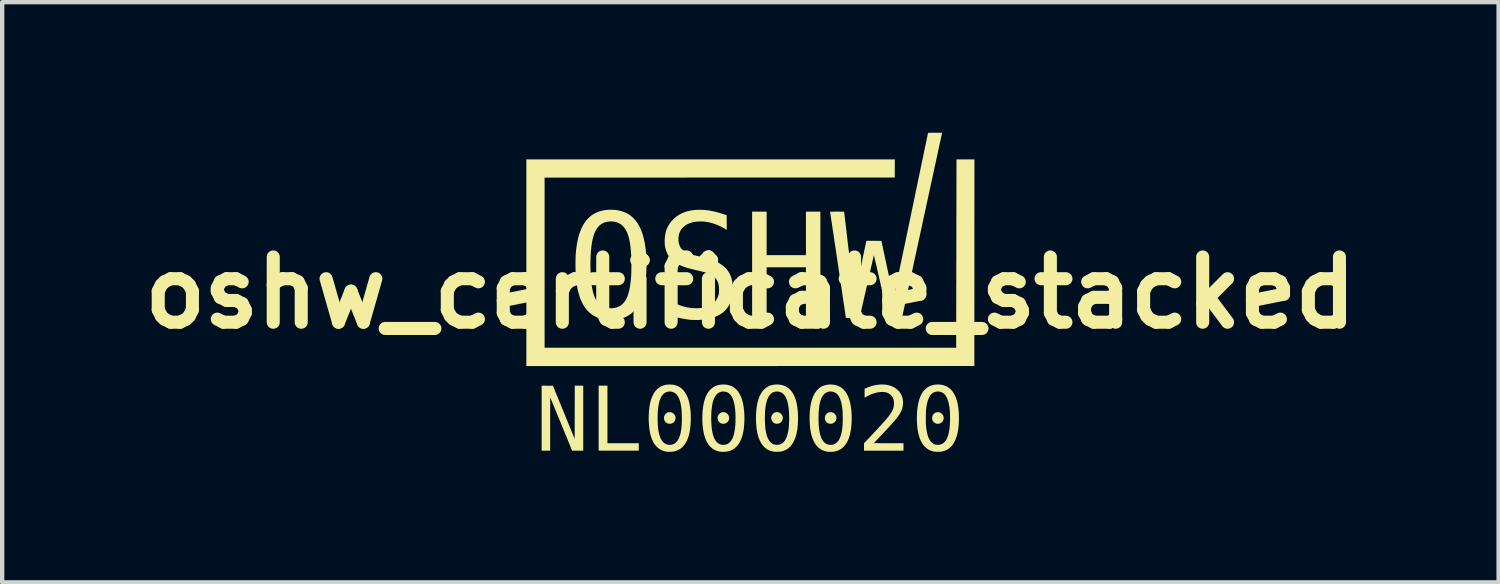
<source format=kicad_pcb>
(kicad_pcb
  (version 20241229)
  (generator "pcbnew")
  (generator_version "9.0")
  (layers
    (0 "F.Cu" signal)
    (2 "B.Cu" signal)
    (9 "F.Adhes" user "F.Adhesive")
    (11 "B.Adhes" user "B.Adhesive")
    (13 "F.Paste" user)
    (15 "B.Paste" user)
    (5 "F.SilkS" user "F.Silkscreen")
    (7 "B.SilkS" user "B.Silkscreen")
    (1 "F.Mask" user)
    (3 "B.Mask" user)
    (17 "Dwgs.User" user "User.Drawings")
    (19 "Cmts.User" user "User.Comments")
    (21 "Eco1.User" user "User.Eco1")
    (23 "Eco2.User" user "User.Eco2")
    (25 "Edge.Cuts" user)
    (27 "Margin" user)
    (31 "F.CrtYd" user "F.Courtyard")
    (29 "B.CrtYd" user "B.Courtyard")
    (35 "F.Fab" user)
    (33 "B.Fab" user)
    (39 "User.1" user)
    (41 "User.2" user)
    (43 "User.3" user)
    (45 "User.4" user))
  (footprint "oshw_certificate_stacked"
    (layer "F.Cu")
    (at 14.193 3.676)
    (property "Reference" "oshw_certificate_stacked" (at 0 0 0) (layer "F.SilkS") (effects (font (size 1.5 1.5) (thickness 0.3))))
    (attr board_only exclude_from_pos_files exclude_from_bom)
    (fp_poly (pts (xy -3.285 2.797) (xy -3.285 3.459) (xy -2.925 3.459) (xy -2.565 3.459) (xy -2.565 3.544) (xy -2.565 3.629) (xy -3.026 3.629) (xy -3.487 3.629) (xy -3.487 2.883) (xy -3.487 2.136) (xy -3.386 2.136) (xy -3.285 2.136)) (stroke (width 0) (type solid)) (fill yes) (layer "F.SilkS"))
    (fp_poly (pts (xy 0.373 -1.363) (xy 0.373 -0.863) (xy 0.824 -0.863) (xy 1.276 -0.863) (xy 1.276 -1.363) (xy 1.276 -1.863) (xy 1.442 -1.863) (xy 1.608 -1.863) (xy 1.608 -0.641) (xy 1.608 0.581) (xy 1.442 0.581) (xy 1.276 0.581) (xy 1.276 -0.002) (xy 1.276 -0.584) (xy 0.824 -0.584) (xy 0.373 -0.584) (xy 0.373 -0.002) (xy 0.373 0.581) (xy 0.206 0.581) (xy 0.04 0.581) (xy 0.04 -0.641) (xy 0.04 -1.863) (xy 0.206 -1.863) (xy 0.373 -1.863)) (stroke (width 0) (type solid)) (fill yes) (layer "F.SilkS"))
    (fp_poly (pts (xy 4.326 2.746) (xy 4.348 2.75) (xy 4.369 2.76) (xy 4.38 2.767) (xy 4.403 2.785) (xy 4.42 2.806) (xy 4.432 2.829) (xy 4.439 2.853) (xy 4.442 2.878) (xy 4.439 2.904) (xy 4.432 2.928) (xy 4.42 2.951) (xy 4.404 2.971) (xy 4.383 2.989) (xy 4.363 3) (xy 4.351 3.005) (xy 4.341 3.008) (xy 4.33 3.01) (xy 4.315 3.011) (xy 4.314 3.011) (xy 4.299 3.011) (xy 4.284 3.01) (xy 4.272 3.008) (xy 4.27 3.007) (xy 4.246 2.998) (xy 4.223 2.983) (xy 4.212 2.972) (xy 4.195 2.952) (xy 4.184 2.929) (xy 4.178 2.903) (xy 4.176 2.879) (xy 4.178 2.852) (xy 4.185 2.827) (xy 4.198 2.804) (xy 4.198 2.804) (xy 4.216 2.781) (xy 4.238 2.764) (xy 4.262 2.752) (xy 4.289 2.746) (xy 4.3 2.745)) (stroke (width 0) (type solid)) (fill yes) (layer "F.SilkS"))
    (fp_poly (pts (xy 3.318 -2.856) (xy 3.317 -2.647) (xy -0.706 -2.646) (xy -4.729 -2.645) (xy -4.729 -0.691) (xy -4.729 1.264) (xy -0.001 1.264) (xy 4.728 1.264) (xy 4.73 0.252) (xy 4.73 0.166) (xy 4.73 0.074) (xy 4.73 -0.022) (xy 4.73 -0.124) (xy 4.731 -0.229) (xy 4.731 -0.338) (xy 4.731 -0.449) (xy 4.731 -0.563) (xy 4.731 -0.679) (xy 4.732 -0.796) (xy 4.732 -0.913) (xy 4.732 -1.03) (xy 4.732 -1.147) (xy 4.733 -1.263) (xy 4.733 -1.377) (xy 4.733 -1.489) (xy 4.733 -1.598) (xy 4.733 -1.704) (xy 4.734 -1.806) (xy 4.734 -1.904) (xy 4.734 -1.912) (xy 4.736 -3.064) (xy 4.942 -3.064) (xy 5.148 -3.064) (xy 5.147 -0.69) (xy 5.146 1.684) (xy -0.001 1.685) (xy -5.148 1.686) (xy -5.148 -0.689) (xy -5.148 -3.064) (xy -0.914 -3.064) (xy 3.319 -3.064)) (stroke (width 0) (type solid)) (fill yes) (layer "F.SilkS"))
    (fp_poly (pts (xy -1.84 2.746) (xy -1.829 2.747) (xy -1.82 2.748) (xy -1.812 2.751) (xy -1.803 2.755) (xy -1.8 2.756) (xy -1.777 2.77) (xy -1.757 2.788) (xy -1.74 2.81) (xy -1.732 2.824) (xy -1.723 2.85) (xy -1.72 2.877) (xy -1.722 2.903) (xy -1.73 2.929) (xy -1.742 2.952) (xy -1.76 2.973) (xy -1.781 2.991) (xy -1.783 2.992) (xy -1.806 3.003) (xy -1.833 3.01) (xy -1.86 3.012) (xy -1.888 3.008) (xy -1.893 3.007) (xy -1.918 2.997) (xy -1.94 2.982) (xy -1.958 2.964) (xy -1.972 2.942) (xy -1.981 2.917) (xy -1.986 2.89) (xy -1.985 2.863) (xy -1.984 2.856) (xy -1.977 2.829) (xy -1.964 2.804) (xy -1.946 2.782) (xy -1.924 2.765) (xy -1.909 2.756) (xy -1.9 2.752) (xy -1.892 2.749) (xy -1.884 2.747) (xy -1.874 2.746) (xy -1.86 2.746) (xy -1.855 2.746)) (stroke (width 0) (type solid)) (fill yes) (layer "F.SilkS"))
    (fp_poly (pts (xy -0.607 2.746) (xy -0.596 2.747) (xy -0.587 2.748) (xy -0.579 2.751) (xy -0.57 2.755) (xy -0.567 2.756) (xy -0.542 2.771) (xy -0.522 2.79) (xy -0.506 2.812) (xy -0.495 2.837) (xy -0.489 2.864) (xy -0.488 2.891) (xy -0.492 2.913) (xy -0.502 2.939) (xy -0.517 2.962) (xy -0.537 2.981) (xy -0.56 2.997) (xy -0.582 3.006) (xy -0.597 3.01) (xy -0.616 3.011) (xy -0.636 3.011) (xy -0.655 3.008) (xy -0.661 3.007) (xy -0.685 2.997) (xy -0.707 2.983) (xy -0.725 2.964) (xy -0.739 2.942) (xy -0.749 2.918) (xy -0.754 2.892) (xy -0.754 2.865) (xy -0.75 2.845) (xy -0.74 2.819) (xy -0.725 2.795) (xy -0.705 2.775) (xy -0.682 2.759) (xy -0.677 2.756) (xy -0.668 2.752) (xy -0.66 2.749) (xy -0.652 2.747) (xy -0.642 2.746) (xy -0.628 2.746) (xy -0.623 2.746)) (stroke (width 0) (type solid)) (fill yes) (layer "F.SilkS"))
    (fp_poly (pts (xy 0.626 2.746) (xy 0.637 2.747) (xy 0.645 2.748) (xy 0.653 2.751) (xy 0.662 2.755) (xy 0.664 2.756) (xy 0.688 2.77) (xy 0.709 2.789) (xy 0.726 2.811) (xy 0.738 2.835) (xy 0.741 2.844) (xy 0.745 2.872) (xy 0.743 2.899) (xy 0.736 2.925) (xy 0.725 2.948) (xy 0.708 2.97) (xy 0.688 2.987) (xy 0.664 3.001) (xy 0.648 3.007) (xy 0.631 3.01) (xy 0.61 3.011) (xy 0.59 3.01) (xy 0.572 3.007) (xy 0.547 2.997) (xy 0.526 2.983) (xy 0.508 2.964) (xy 0.494 2.943) (xy 0.484 2.919) (xy 0.479 2.893) (xy 0.479 2.867) (xy 0.484 2.841) (xy 0.491 2.822) (xy 0.506 2.797) (xy 0.526 2.776) (xy 0.55 2.759) (xy 0.555 2.756) (xy 0.565 2.752) (xy 0.573 2.749) (xy 0.581 2.747) (xy 0.591 2.746) (xy 0.605 2.746) (xy 0.61 2.746)) (stroke (width 0) (type solid)) (fill yes) (layer "F.SilkS"))
    (fp_poly (pts (xy 1.863 2.746) (xy 1.888 2.752) (xy 1.911 2.763) (xy 1.932 2.78) (xy 1.937 2.784) (xy 1.956 2.807) (xy 1.969 2.832) (xy 1.976 2.859) (xy 1.977 2.886) (xy 1.975 2.901) (xy 1.967 2.928) (xy 1.954 2.953) (xy 1.936 2.974) (xy 1.913 2.991) (xy 1.901 2.998) (xy 1.889 3.004) (xy 1.879 3.008) (xy 1.869 3.009) (xy 1.856 3.01) (xy 1.849 3.011) (xy 1.834 3.011) (xy 1.819 3.01) (xy 1.807 3.008) (xy 1.805 3.007) (xy 1.78 2.998) (xy 1.759 2.984) (xy 1.741 2.966) (xy 1.727 2.945) (xy 1.717 2.922) (xy 1.712 2.896) (xy 1.711 2.87) (xy 1.715 2.844) (xy 1.725 2.818) (xy 1.728 2.812) (xy 1.741 2.793) (xy 1.758 2.776) (xy 1.777 2.762) (xy 1.788 2.756) (xy 1.801 2.75) (xy 1.813 2.747) (xy 1.827 2.746) (xy 1.834 2.745)) (stroke (width 0) (type solid)) (fill yes) (layer "F.SilkS"))
    (fp_poly (pts (xy -4.668 2.137) (xy -4.538 2.138) (xy -4.288 2.748) (xy -4.038 3.359) (xy -4.037 2.748) (xy -4.036 2.136) (xy -3.938 2.136) (xy -3.841 2.136) (xy -3.841 2.883) (xy -3.841 3.629) (xy -3.969 3.629) (xy -4.097 3.629) (xy -4.346 3.02) (xy -4.37 2.961) (xy -4.394 2.904) (xy -4.417 2.849) (xy -4.439 2.795) (xy -4.46 2.744) (xy -4.48 2.696) (xy -4.498 2.65) (xy -4.516 2.607) (xy -4.532 2.568) (xy -4.547 2.532) (xy -4.56 2.501) (xy -4.571 2.473) (xy -4.581 2.45) (xy -4.588 2.432) (xy -4.594 2.419) (xy -4.597 2.41) (xy -4.599 2.408) (xy -4.599 2.411) (xy -4.599 2.419) (xy -4.599 2.434) (xy -4.6 2.453) (xy -4.6 2.478) (xy -4.6 2.507) (xy -4.6 2.541) (xy -4.6 2.579) (xy -4.601 2.621) (xy -4.601 2.666) (xy -4.601 2.715) (xy -4.601 2.767) (xy -4.601 2.821) (xy -4.601 2.878) (xy -4.601 2.937) (xy -4.601 2.997) (xy -4.601 3.017) (xy -4.601 3.629) (xy -4.699 3.629) (xy -4.797 3.629) (xy -4.797 2.883) (xy -4.797 2.136)) (stroke (width 0) (type solid)) (fill yes) (layer "F.SilkS"))
    (fp_poly (pts (xy 3.084 2.111) (xy 3.128 2.117) (xy 3.162 2.122) (xy 3.212 2.136) (xy 3.26 2.154) (xy 3.305 2.176) (xy 3.346 2.203) (xy 3.383 2.233) (xy 3.416 2.267) (xy 3.444 2.304) (xy 3.468 2.344) (xy 3.482 2.377) (xy 3.497 2.424) (xy 3.505 2.473) (xy 3.508 2.524) (xy 3.505 2.574) (xy 3.497 2.625) (xy 3.483 2.676) (xy 3.463 2.725) (xy 3.447 2.757) (xy 3.439 2.772) (xy 3.43 2.787) (xy 3.42 2.803) (xy 3.409 2.819) (xy 3.398 2.836) (xy 3.385 2.853) (xy 3.37 2.872) (xy 3.354 2.892) (xy 3.336 2.914) (xy 3.316 2.938) (xy 3.294 2.963) (xy 3.27 2.991) (xy 3.243 3.021) (xy 3.213 3.054) (xy 3.18 3.09) (xy 3.144 3.129) (xy 3.105 3.171) (xy 3.062 3.217) (xy 3.016 3.266) (xy 2.965 3.32) (xy 2.911 3.377) (xy 2.885 3.404) (xy 2.835 3.457) (xy 3.176 3.458) (xy 3.518 3.459) (xy 3.518 3.544) (xy 3.518 3.629) (xy 3.064 3.629) (xy 2.611 3.629) (xy 2.611 3.544) (xy 2.611 3.459) (xy 2.716 3.348) (xy 2.768 3.293) (xy 2.816 3.242) (xy 2.859 3.195) (xy 2.9 3.152) (xy 2.936 3.113) (xy 2.97 3.076) (xy 3.001 3.043) (xy 3.028 3.013) (xy 3.053 2.985) (xy 3.076 2.96) (xy 3.096 2.937) (xy 3.115 2.916) (xy 3.131 2.896) (xy 3.146 2.878) (xy 3.16 2.861) (xy 3.173 2.845) (xy 3.184 2.83) (xy 3.195 2.815) (xy 3.205 2.801) (xy 3.215 2.786) (xy 3.22 2.779) (xy 3.245 2.739) (xy 3.265 2.702) (xy 3.28 2.667) (xy 3.29 2.632) (xy 3.297 2.596) (xy 3.3 2.559) (xy 3.3 2.531) (xy 3.296 2.49) (xy 3.289 2.453) (xy 3.277 2.421) (xy 3.261 2.391) (xy 3.24 2.364) (xy 3.224 2.348) (xy 3.195 2.325) (xy 3.162 2.306) (xy 3.125 2.292) (xy 3.085 2.284) (xy 3.043 2.28) (xy 3.012 2.28) (xy 2.947 2.287) (xy 2.884 2.299) (xy 2.821 2.318) (xy 2.795 2.327) (xy 2.768 2.338) (xy 2.74 2.351) (xy 2.711 2.365) (xy 2.684 2.378) (xy 2.661 2.391) (xy 2.651 2.396) (xy 2.625 2.412) (xy 2.624 2.311) (xy 2.624 2.286) (xy 2.624 2.264) (xy 2.624 2.244) (xy 2.625 2.228) (xy 2.625 2.216) (xy 2.625 2.209) (xy 2.626 2.207) (xy 2.631 2.204) (xy 2.64 2.199) (xy 2.654 2.194) (xy 2.671 2.187) (xy 2.689 2.179) (xy 2.709 2.172) (xy 2.729 2.164) (xy 2.749 2.158) (xy 2.757 2.155) (xy 2.807 2.139) (xy 2.853 2.128) (xy 2.899 2.119) (xy 2.947 2.113) (xy 2.996 2.109) (xy 3.039 2.109)) (stroke (width 0) (type solid)) (fill yes) (layer "F.SilkS"))
    (fp_poly (pts (xy 0.678 2.113) (xy 0.726 2.122) (xy 0.773 2.137) (xy 0.817 2.156) (xy 0.858 2.181) (xy 0.895 2.211) (xy 0.93 2.247) (xy 0.961 2.288) (xy 0.989 2.334) (xy 1.014 2.386) (xy 1.036 2.442) (xy 1.045 2.47) (xy 1.058 2.521) (xy 1.07 2.577) (xy 1.079 2.637) (xy 1.086 2.7) (xy 1.091 2.766) (xy 1.094 2.833) (xy 1.095 2.901) (xy 1.093 2.969) (xy 1.089 3.036) (xy 1.083 3.101) (xy 1.075 3.164) (xy 1.074 3.167) (xy 1.061 3.235) (xy 1.044 3.298) (xy 1.024 3.356) (xy 1 3.41) (xy 0.973 3.458) (xy 0.943 3.502) (xy 0.91 3.54) (xy 0.908 3.541) (xy 0.872 3.574) (xy 0.833 3.601) (xy 0.791 3.622) (xy 0.746 3.639) (xy 0.699 3.65) (xy 0.681 3.652) (xy 0.659 3.654) (xy 0.634 3.655) (xy 0.608 3.656) (xy 0.584 3.656) (xy 0.563 3.655) (xy 0.553 3.654) (xy 0.503 3.646) (xy 0.455 3.632) (xy 0.411 3.613) (xy 0.37 3.588) (xy 0.332 3.559) (xy 0.297 3.524) (xy 0.266 3.484) (xy 0.237 3.438) (xy 0.212 3.388) (xy 0.19 3.333) (xy 0.172 3.273) (xy 0.156 3.208) (xy 0.145 3.138) (xy 0.143 3.126) (xy 0.135 3.048) (xy 0.13 2.968) (xy 0.129 2.924) (xy 0.333 2.924) (xy 0.335 3.001) (xy 0.34 3.071) (xy 0.347 3.137) (xy 0.356 3.196) (xy 0.369 3.25) (xy 0.383 3.299) (xy 0.4 3.343) (xy 0.42 3.381) (xy 0.432 3.4) (xy 0.448 3.421) (xy 0.468 3.441) (xy 0.489 3.459) (xy 0.511 3.473) (xy 0.525 3.48) (xy 0.551 3.488) (xy 0.581 3.494) (xy 0.612 3.496) (xy 0.642 3.494) (xy 0.66 3.491) (xy 0.691 3.482) (xy 0.717 3.469) (xy 0.742 3.452) (xy 0.759 3.437) (xy 0.783 3.41) (xy 0.805 3.376) (xy 0.825 3.337) (xy 0.842 3.293) (xy 0.856 3.242) (xy 0.868 3.187) (xy 0.878 3.125) (xy 0.885 3.058) (xy 0.889 2.985) (xy 0.891 2.906) (xy 0.891 2.884) (xy 0.89 2.806) (xy 0.886 2.733) (xy 0.881 2.666) (xy 0.872 2.604) (xy 0.862 2.548) (xy 0.849 2.496) (xy 0.833 2.45) (xy 0.816 2.409) (xy 0.802 2.384) (xy 0.785 2.359) (xy 0.765 2.335) (xy 0.742 2.314) (xy 0.719 2.298) (xy 0.708 2.292) (xy 0.673 2.279) (xy 0.638 2.271) (xy 0.601 2.27) (xy 0.567 2.274) (xy 0.534 2.283) (xy 0.503 2.298) (xy 0.474 2.319) (xy 0.449 2.345) (xy 0.425 2.377) (xy 0.405 2.414) (xy 0.387 2.457) (xy 0.372 2.506) (xy 0.362 2.543) (xy 0.355 2.579) (xy 0.349 2.615) (xy 0.344 2.652) (xy 0.34 2.692) (xy 0.337 2.736) (xy 0.335 2.783) (xy 0.333 2.836) (xy 0.333 2.842) (xy 0.333 2.924) (xy 0.129 2.924) (xy 0.128 2.887) (xy 0.129 2.807) (xy 0.134 2.727) (xy 0.142 2.651) (xy 0.151 2.589) (xy 0.164 2.523) (xy 0.181 2.461) (xy 0.2 2.405) (xy 0.223 2.354) (xy 0.249 2.307) (xy 0.278 2.265) (xy 0.311 2.228) (xy 0.313 2.226) (xy 0.349 2.194) (xy 0.385 2.167) (xy 0.424 2.146) (xy 0.466 2.13) (xy 0.512 2.118) (xy 0.517 2.118) (xy 0.57 2.11) (xy 0.624 2.109)) (stroke (width 0) (type solid)) (fill yes) (layer "F.SilkS"))
    (fp_poly (pts (xy 4.339 2.11) (xy 4.387 2.115) (xy 4.393 2.116) (xy 4.443 2.127) (xy 4.489 2.144) (xy 4.532 2.166) (xy 4.571 2.194) (xy 4.608 2.226) (xy 4.641 2.264) (xy 4.671 2.307) (xy 4.698 2.355) (xy 4.721 2.409) (xy 4.741 2.467) (xy 4.758 2.531) (xy 4.771 2.599) (xy 4.781 2.673) (xy 4.788 2.751) (xy 4.791 2.835) (xy 4.791 2.923) (xy 4.79 2.957) (xy 4.786 3.038) (xy 4.779 3.114) (xy 4.768 3.185) (xy 4.754 3.25) (xy 4.737 3.311) (xy 4.717 3.367) (xy 4.693 3.419) (xy 4.666 3.466) (xy 4.636 3.508) (xy 4.634 3.51) (xy 4.601 3.546) (xy 4.564 3.578) (xy 4.524 3.604) (xy 4.48 3.626) (xy 4.434 3.641) (xy 4.397 3.65) (xy 4.379 3.652) (xy 4.356 3.654) (xy 4.331 3.655) (xy 4.306 3.656) (xy 4.281 3.656) (xy 4.26 3.655) (xy 4.25 3.654) (xy 4.2 3.646) (xy 4.152 3.632) (xy 4.108 3.613) (xy 4.067 3.588) (xy 4.029 3.559) (xy 3.994 3.524) (xy 3.963 3.484) (xy 3.934 3.438) (xy 3.909 3.388) (xy 3.887 3.332) (xy 3.869 3.272) (xy 3.853 3.206) (xy 3.841 3.135) (xy 3.833 3.059) (xy 3.827 2.978) (xy 3.825 2.893) (xy 3.825 2.887) (xy 4.031 2.887) (xy 4.031 2.92) (xy 4.031 2.95) (xy 4.031 2.978) (xy 4.032 3.002) (xy 4.033 3.018) (xy 4.039 3.089) (xy 4.047 3.154) (xy 4.058 3.213) (xy 4.071 3.267) (xy 4.086 3.315) (xy 4.105 3.357) (xy 4.125 3.393) (xy 4.148 3.424) (xy 4.174 3.45) (xy 4.202 3.47) (xy 4.222 3.48) (xy 4.252 3.489) (xy 4.284 3.495) (xy 4.318 3.496) (xy 4.351 3.492) (xy 4.365 3.489) (xy 4.397 3.478) (xy 4.426 3.462) (xy 4.453 3.441) (xy 4.477 3.415) (xy 4.499 3.384) (xy 4.518 3.348) (xy 4.535 3.306) (xy 4.549 3.26) (xy 4.561 3.208) (xy 4.571 3.15) (xy 4.579 3.087) (xy 4.584 3.018) (xy 4.587 2.944) (xy 4.588 2.931) (xy 4.588 2.851) (xy 4.586 2.776) (xy 4.582 2.706) (xy 4.575 2.641) (xy 4.565 2.581) (xy 4.553 2.526) (xy 4.539 2.476) (xy 4.522 2.431) (xy 4.503 2.392) (xy 4.482 2.358) (xy 4.458 2.33) (xy 4.449 2.322) (xy 4.422 2.301) (xy 4.391 2.286) (xy 4.358 2.275) (xy 4.323 2.27) (xy 4.288 2.271) (xy 4.265 2.274) (xy 4.233 2.283) (xy 4.203 2.296) (xy 4.176 2.315) (xy 4.151 2.338) (xy 4.129 2.366) (xy 4.109 2.4) (xy 4.091 2.439) (xy 4.076 2.483) (xy 4.062 2.533) (xy 4.051 2.588) (xy 4.042 2.649) (xy 4.036 2.696) (xy 4.035 2.713) (xy 4.034 2.735) (xy 4.033 2.761) (xy 4.032 2.79) (xy 4.031 2.822) (xy 4.031 2.854) (xy 4.031 2.887) (xy 3.825 2.887) (xy 3.825 2.884) (xy 3.827 2.8) (xy 3.831 2.72) (xy 3.839 2.645) (xy 3.851 2.575) (xy 3.865 2.509) (xy 3.882 2.448) (xy 3.903 2.392) (xy 3.926 2.341) (xy 3.941 2.314) (xy 3.968 2.274) (xy 3.999 2.238) (xy 4.032 2.205) (xy 4.067 2.177) (xy 4.104 2.155) (xy 4.109 2.152) (xy 4.15 2.135) (xy 4.195 2.122) (xy 4.242 2.113) (xy 4.29 2.109)) (stroke (width 0) (type solid)) (fill yes) (layer "F.SilkS"))
    (fp_poly (pts (xy -0.555 2.113) (xy -0.507 2.122) (xy -0.461 2.136) (xy -0.418 2.154) (xy -0.4 2.164) (xy -0.362 2.19) (xy -0.326 2.222) (xy -0.294 2.258) (xy -0.264 2.3) (xy -0.237 2.346) (xy -0.213 2.398) (xy -0.193 2.453) (xy -0.176 2.514) (xy -0.175 2.516) (xy -0.163 2.577) (xy -0.152 2.643) (xy -0.145 2.711) (xy -0.14 2.783) (xy -0.137 2.855) (xy -0.138 2.928) (xy -0.141 3) (xy -0.146 3.07) (xy -0.154 3.138) (xy -0.165 3.202) (xy -0.177 3.257) (xy -0.195 3.319) (xy -0.216 3.375) (xy -0.241 3.427) (xy -0.268 3.473) (xy -0.3 3.515) (xy -0.334 3.551) (xy -0.371 3.582) (xy -0.412 3.608) (xy -0.455 3.628) (xy -0.502 3.643) (xy -0.532 3.65) (xy -0.551 3.652) (xy -0.573 3.654) (xy -0.598 3.655) (xy -0.624 3.656) (xy -0.648 3.656) (xy -0.669 3.655) (xy -0.678 3.654) (xy -0.729 3.646) (xy -0.777 3.632) (xy -0.822 3.612) (xy -0.863 3.588) (xy -0.901 3.558) (xy -0.936 3.523) (xy -0.968 3.482) (xy -0.996 3.437) (xy -1.021 3.386) (xy -1.043 3.33) (xy -1.062 3.268) (xy -1.065 3.257) (xy -1.077 3.2) (xy -1.087 3.139) (xy -1.095 3.073) (xy -1.101 3.006) (xy -1.104 2.936) (xy -1.104 2.884) (xy -0.9 2.884) (xy -0.899 2.964) (xy -0.895 3.038) (xy -0.889 3.107) (xy -0.88 3.17) (xy -0.869 3.227) (xy -0.856 3.279) (xy -0.839 3.325) (xy -0.821 3.366) (xy -0.799 3.401) (xy -0.775 3.43) (xy -0.77 3.436) (xy -0.742 3.459) (xy -0.711 3.477) (xy -0.677 3.49) (xy -0.66 3.494) (xy -0.649 3.495) (xy -0.635 3.496) (xy -0.618 3.495) (xy -0.601 3.495) (xy -0.585 3.493) (xy -0.573 3.491) (xy -0.573 3.491) (xy -0.552 3.486) (xy -0.535 3.479) (xy -0.518 3.471) (xy -0.506 3.463) (xy -0.479 3.443) (xy -0.455 3.417) (xy -0.433 3.386) (xy -0.413 3.35) (xy -0.396 3.308) (xy -0.381 3.261) (xy -0.369 3.209) (xy -0.358 3.15) (xy -0.35 3.087) (xy -0.349 3.077) (xy -0.348 3.061) (xy -0.347 3.041) (xy -0.345 3.017) (xy -0.344 2.99) (xy -0.343 2.962) (xy -0.343 2.935) (xy -0.343 2.926) (xy -0.342 2.843) (xy -0.344 2.766) (xy -0.349 2.695) (xy -0.357 2.629) (xy -0.366 2.569) (xy -0.379 2.514) (xy -0.394 2.465) (xy -0.411 2.421) (xy -0.431 2.383) (xy -0.454 2.351) (xy -0.479 2.324) (xy -0.507 2.302) (xy -0.537 2.286) (xy -0.57 2.276) (xy -0.575 2.274) (xy -0.612 2.27) (xy -0.648 2.271) (xy -0.682 2.278) (xy -0.715 2.291) (xy -0.745 2.309) (xy -0.765 2.326) (xy -0.789 2.352) (xy -0.811 2.384) (xy -0.831 2.421) (xy -0.848 2.464) (xy -0.863 2.512) (xy -0.875 2.566) (xy -0.885 2.625) (xy -0.892 2.689) (xy -0.897 2.759) (xy -0.9 2.835) (xy -0.9 2.884) (xy -1.104 2.884) (xy -1.104 2.866) (xy -1.103 2.796) (xy -1.099 2.727) (xy -1.092 2.661) (xy -1.083 2.597) (xy -1.072 2.539) (xy -1.068 2.52) (xy -1.051 2.461) (xy -1.033 2.407) (xy -1.012 2.358) (xy -0.988 2.314) (xy -0.961 2.274) (xy -0.931 2.238) (xy -0.919 2.226) (xy -0.883 2.193) (xy -0.845 2.166) (xy -0.805 2.145) (xy -0.762 2.129) (xy -0.715 2.117) (xy -0.708 2.116) (xy -0.657 2.11) (xy -0.606 2.109)) (stroke (width 0) (type solid)) (fill yes) (layer "F.SilkS"))
    (fp_poly (pts (xy -1.821 2.111) (xy -1.792 2.113) (xy -1.765 2.116) (xy -1.74 2.122) (xy -1.714 2.129) (xy -1.669 2.145) (xy -1.627 2.168) (xy -1.588 2.195) (xy -1.552 2.228) (xy -1.52 2.266) (xy -1.49 2.31) (xy -1.463 2.358) (xy -1.44 2.412) (xy -1.42 2.47) (xy -1.404 2.534) (xy -1.391 2.597) (xy -1.382 2.662) (xy -1.375 2.73) (xy -1.371 2.801) (xy -1.37 2.874) (xy -1.371 2.946) (xy -1.374 3.017) (xy -1.38 3.086) (xy -1.389 3.152) (xy -1.397 3.203) (xy -1.413 3.269) (xy -1.431 3.33) (xy -1.453 3.386) (xy -1.478 3.436) (xy -1.507 3.482) (xy -1.538 3.522) (xy -1.573 3.558) (xy -1.611 3.587) (xy -1.652 3.612) (xy -1.696 3.631) (xy -1.743 3.645) (xy -1.765 3.65) (xy -1.783 3.652) (xy -1.806 3.654) (xy -1.831 3.655) (xy -1.856 3.656) (xy -1.88 3.656) (xy -1.901 3.655) (xy -1.911 3.654) (xy -1.961 3.646) (xy -2.006 3.633) (xy -2.049 3.615) (xy -2.089 3.592) (xy -2.126 3.564) (xy -2.152 3.54) (xy -2.185 3.502) (xy -2.216 3.459) (xy -2.242 3.411) (xy -2.266 3.357) (xy -2.286 3.299) (xy -2.299 3.249) (xy -2.312 3.19) (xy -2.321 3.126) (xy -2.329 3.06) (xy -2.334 2.991) (xy -2.337 2.922) (xy -2.132 2.922) (xy -2.13 3) (xy -2.125 3.071) (xy -2.118 3.137) (xy -2.108 3.198) (xy -2.096 3.253) (xy -2.08 3.302) (xy -2.063 3.346) (xy -2.043 3.384) (xy -2.02 3.416) (xy -1.999 3.439) (xy -1.981 3.454) (xy -1.964 3.467) (xy -1.945 3.477) (xy -1.924 3.485) (xy -1.898 3.492) (xy -1.897 3.493) (xy -1.887 3.494) (xy -1.872 3.495) (xy -1.855 3.496) (xy -1.838 3.495) (xy -1.823 3.494) (xy -1.811 3.493) (xy -1.811 3.493) (xy -1.779 3.483) (xy -1.752 3.471) (xy -1.727 3.456) (xy -1.705 3.436) (xy -1.705 3.436) (xy -1.681 3.41) (xy -1.661 3.379) (xy -1.642 3.343) (xy -1.626 3.302) (xy -1.612 3.256) (xy -1.6 3.206) (xy -1.591 3.149) (xy -1.583 3.087) (xy -1.577 3.02) (xy -1.577 3.01) (xy -1.576 2.986) (xy -1.575 2.958) (xy -1.575 2.926) (xy -1.575 2.892) (xy -1.575 2.856) (xy -1.576 2.821) (xy -1.576 2.786) (xy -1.578 2.754) (xy -1.579 2.725) (xy -1.581 2.7) (xy -1.582 2.689) (xy -1.589 2.626) (xy -1.599 2.568) (xy -1.611 2.516) (xy -1.624 2.47) (xy -1.64 2.428) (xy -1.658 2.392) (xy -1.679 2.36) (xy -1.702 2.333) (xy -1.711 2.324) (xy -1.738 2.303) (xy -1.768 2.287) (xy -1.8 2.276) (xy -1.833 2.271) (xy -1.866 2.27) (xy -1.899 2.274) (xy -1.931 2.284) (xy -1.962 2.298) (xy -1.989 2.318) (xy -1.994 2.323) (xy -2.018 2.348) (xy -2.039 2.377) (xy -2.058 2.41) (xy -2.075 2.449) (xy -2.09 2.492) (xy -2.102 2.54) (xy -2.112 2.593) (xy -2.12 2.651) (xy -2.126 2.715) (xy -2.13 2.784) (xy -2.132 2.839) (xy -2.132 2.922) (xy -2.337 2.922) (xy -2.337 2.921) (xy -2.337 2.851) (xy -2.334 2.781) (xy -2.33 2.713) (xy -2.323 2.646) (xy -2.313 2.583) (xy -2.301 2.524) (xy -2.29 2.48) (xy -2.27 2.421) (xy -2.247 2.366) (xy -2.221 2.317) (xy -2.192 2.272) (xy -2.16 2.233) (xy -2.124 2.2) (xy -2.086 2.171) (xy -2.044 2.148) (xy -1.999 2.131) (xy -1.993 2.129) (xy -1.966 2.121) (xy -1.94 2.116) (xy -1.914 2.112) (xy -1.885 2.111) (xy -1.854 2.11)) (stroke (width 0) (type solid)) (fill yes) (layer "F.SilkS"))
    (fp_poly (pts (xy 1.872 2.11) (xy 1.92 2.115) (xy 1.966 2.124) (xy 2.009 2.138) (xy 2.032 2.148) (xy 2.066 2.166) (xy 2.096 2.186) (xy 2.124 2.209) (xy 2.142 2.226) (xy 2.175 2.264) (xy 2.205 2.306) (xy 2.232 2.354) (xy 2.255 2.406) (xy 2.275 2.464) (xy 2.292 2.527) (xy 2.305 2.595) (xy 2.316 2.668) (xy 2.321 2.717) (xy 2.326 2.795) (xy 2.328 2.872) (xy 2.327 2.947) (xy 2.323 3.021) (xy 2.317 3.092) (xy 2.307 3.159) (xy 2.295 3.223) (xy 2.281 3.283) (xy 2.264 3.338) (xy 2.252 3.369) (xy 2.231 3.415) (xy 2.206 3.458) (xy 2.179 3.497) (xy 2.15 3.533) (xy 2.118 3.563) (xy 2.092 3.584) (xy 2.056 3.606) (xy 2.016 3.625) (xy 1.973 3.64) (xy 1.932 3.65) (xy 1.913 3.652) (xy 1.89 3.654) (xy 1.865 3.655) (xy 1.839 3.656) (xy 1.814 3.656) (xy 1.792 3.655) (xy 1.784 3.654) (xy 1.745 3.648) (xy 1.706 3.638) (xy 1.669 3.624) (xy 1.65 3.616) (xy 1.608 3.592) (xy 1.569 3.563) (xy 1.534 3.529) (xy 1.502 3.489) (xy 1.473 3.445) (xy 1.447 3.395) (xy 1.425 3.34) (xy 1.406 3.279) (xy 1.39 3.214) (xy 1.385 3.186) (xy 1.377 3.141) (xy 1.371 3.091) (xy 1.367 3.037) (xy 1.363 2.981) (xy 1.361 2.923) (xy 1.361 2.883) (xy 1.565 2.883) (xy 1.566 2.961) (xy 1.569 3.033) (xy 1.575 3.1) (xy 1.583 3.162) (xy 1.593 3.218) (xy 1.606 3.269) (xy 1.621 3.315) (xy 1.639 3.355) (xy 1.659 3.391) (xy 1.664 3.4) (xy 1.681 3.421) (xy 1.701 3.442) (xy 1.722 3.459) (xy 1.744 3.473) (xy 1.757 3.479) (xy 1.787 3.489) (xy 1.82 3.495) (xy 1.854 3.496) (xy 1.887 3.492) (xy 1.898 3.489) (xy 1.93 3.479) (xy 1.96 3.463) (xy 1.986 3.442) (xy 2.01 3.417) (xy 2.032 3.386) (xy 2.052 3.349) (xy 2.069 3.307) (xy 2.077 3.284) (xy 2.085 3.256) (xy 2.093 3.227) (xy 2.099 3.196) (xy 2.105 3.162) (xy 2.11 3.124) (xy 2.115 3.082) (xy 2.118 3.05) (xy 2.119 3.033) (xy 2.12 3.009) (xy 2.121 2.982) (xy 2.122 2.951) (xy 2.122 2.919) (xy 2.122 2.884) (xy 2.122 2.85) (xy 2.121 2.816) (xy 2.121 2.784) (xy 2.12 2.755) (xy 2.119 2.729) (xy 2.117 2.707) (xy 2.116 2.698) (xy 2.109 2.638) (xy 2.101 2.584) (xy 2.091 2.535) (xy 2.079 2.491) (xy 2.066 2.451) (xy 2.051 2.416) (xy 2.034 2.384) (xy 2.019 2.361) (xy 1.996 2.333) (xy 1.969 2.31) (xy 1.939 2.292) (xy 1.906 2.279) (xy 1.872 2.271) (xy 1.845 2.27) (xy 1.808 2.272) (xy 1.774 2.28) (xy 1.743 2.294) (xy 1.714 2.312) (xy 1.688 2.337) (xy 1.665 2.366) (xy 1.643 2.401) (xy 1.625 2.442) (xy 1.609 2.488) (xy 1.595 2.54) (xy 1.584 2.597) (xy 1.576 2.66) (xy 1.57 2.729) (xy 1.566 2.803) (xy 1.565 2.883) (xy 1.361 2.883) (xy 1.36 2.866) (xy 1.361 2.81) (xy 1.364 2.757) (xy 1.366 2.723) (xy 1.374 2.647) (xy 1.385 2.577) (xy 1.399 2.512) (xy 1.416 2.452) (xy 1.436 2.397) (xy 1.459 2.346) (xy 1.485 2.3) (xy 1.494 2.287) (xy 1.517 2.257) (xy 1.543 2.228) (xy 1.573 2.201) (xy 1.603 2.177) (xy 1.633 2.158) (xy 1.644 2.152) (xy 1.685 2.135) (xy 1.729 2.122) (xy 1.776 2.113) (xy 1.824 2.109)) (stroke (width 0) (type solid)) (fill yes) (layer "F.SilkS"))
    (fp_poly (pts (xy -3.179 -1.905) (xy -3.148 -1.904) (xy -3.118 -1.903) (xy -3.091 -1.901) (xy -3.069 -1.898) (xy -3.064 -1.897) (xy -2.997 -1.884) (xy -2.935 -1.866) (xy -2.876 -1.843) (xy -2.821 -1.816) (xy -2.77 -1.783) (xy -2.722 -1.746) (xy -2.677 -1.703) (xy -2.635 -1.655) (xy -2.635 -1.655) (xy -2.597 -1.603) (xy -2.562 -1.545) (xy -2.53 -1.482) (xy -2.501 -1.414) (xy -2.476 -1.341) (xy -2.454 -1.262) (xy -2.435 -1.179) (xy -2.419 -1.09) (xy -2.406 -0.997) (xy -2.397 -0.898) (xy -2.391 -0.795) (xy -2.388 -0.686) (xy -2.389 -0.581) (xy -2.391 -0.482) (xy -2.397 -0.388) (xy -2.404 -0.3) (xy -2.415 -0.216) (xy -2.427 -0.137) (xy -2.443 -0.061) (xy -2.461 0.01) (xy -2.482 0.079) (xy -2.504 0.141) (xy -2.534 0.209) (xy -2.566 0.272) (xy -2.602 0.329) (xy -2.642 0.382) (xy -2.678 0.422) (xy -2.709 0.453) (xy -2.739 0.479) (xy -2.77 0.502) (xy -2.802 0.523) (xy -2.837 0.543) (xy -2.857 0.553) (xy -2.912 0.576) (xy -2.971 0.596) (xy -3.034 0.611) (xy -3.099 0.621) (xy -3.166 0.626) (xy -3.234 0.626) (xy -3.275 0.624) (xy -3.319 0.619) (xy -3.365 0.612) (xy -3.409 0.603) (xy -3.451 0.593) (xy -3.489 0.581) (xy -3.502 0.576) (xy -3.559 0.551) (xy -3.612 0.521) (xy -3.663 0.486) (xy -3.709 0.447) (xy -3.753 0.402) (xy -3.793 0.352) (xy -3.83 0.297) (xy -3.863 0.237) (xy -3.894 0.172) (xy -3.921 0.102) (xy -3.944 0.026) (xy -3.965 -0.054) (xy -3.982 -0.14) (xy -3.996 -0.231) (xy -4.005 -0.303) (xy -4.008 -0.333) (xy -4.011 -0.361) (xy -4.013 -0.388) (xy -4.015 -0.414) (xy -4.016 -0.441) (xy -4.017 -0.468) (xy -4.018 -0.498) (xy -4.018 -0.531) (xy -4.019 -0.567) (xy -4.019 -0.608) (xy -4.019 -0.621) (xy -3.676 -0.621) (xy -3.674 -0.537) (xy -3.673 -0.498) (xy -3.669 -0.409) (xy -3.664 -0.326) (xy -3.656 -0.248) (xy -3.647 -0.176) (xy -3.637 -0.109) (xy -3.624 -0.048) (xy -3.609 0.009) (xy -3.593 0.061) (xy -3.575 0.108) (xy -3.554 0.15) (xy -3.531 0.188) (xy -3.507 0.222) (xy -3.48 0.252) (xy -3.45 0.278) (xy -3.419 0.3) (xy -3.389 0.317) (xy -3.347 0.334) (xy -3.301 0.347) (xy -3.254 0.355) (xy -3.205 0.357) (xy -3.155 0.355) (xy -3.148 0.354) (xy -3.099 0.345) (xy -3.054 0.331) (xy -3.011 0.312) (xy -2.972 0.288) (xy -2.937 0.258) (xy -2.904 0.224) (xy -2.875 0.183) (xy -2.849 0.138) (xy -2.848 0.135) (xy -2.829 0.095) (xy -2.813 0.05) (xy -2.798 0.001) (xy -2.784 -0.053) (xy -2.772 -0.112) (xy -2.762 -0.176) (xy -2.753 -0.245) (xy -2.745 -0.319) (xy -2.739 -0.4) (xy -2.738 -0.419) (xy -2.737 -0.439) (xy -2.736 -0.465) (xy -2.736 -0.494) (xy -2.735 -0.528) (xy -2.735 -0.564) (xy -2.734 -0.601) (xy -2.734 -0.64) (xy -2.734 -0.679) (xy -2.735 -0.716) (xy -2.735 -0.752) (xy -2.736 -0.785) (xy -2.736 -0.814) (xy -2.737 -0.839) (xy -2.738 -0.852) (xy -2.744 -0.937) (xy -2.751 -1.015) (xy -2.76 -1.088) (xy -2.77 -1.155) (xy -2.782 -1.217) (xy -2.796 -1.274) (xy -2.812 -1.326) (xy -2.829 -1.374) (xy -2.849 -1.417) (xy -2.87 -1.455) (xy -2.894 -1.49) (xy -2.919 -1.521) (xy -2.927 -1.529) (xy -2.962 -1.56) (xy -3 -1.586) (xy -3.042 -1.607) (xy -3.086 -1.623) (xy -3.133 -1.633) (xy -3.183 -1.637) (xy -3.235 -1.637) (xy -3.243 -1.636) (xy -3.291 -1.63) (xy -3.336 -1.619) (xy -3.378 -1.603) (xy -3.417 -1.582) (xy -3.453 -1.557) (xy -3.486 -1.526) (xy -3.516 -1.491) (xy -3.543 -1.45) (xy -3.567 -1.404) (xy -3.589 -1.352) (xy -3.607 -1.295) (xy -3.624 -1.233) (xy -3.638 -1.165) (xy -3.64 -1.152) (xy -3.65 -1.088) (xy -3.658 -1.019) (xy -3.665 -0.945) (xy -3.67 -0.868) (xy -3.673 -0.787) (xy -3.675 -0.705) (xy -3.676 -0.621) (xy -4.019 -0.621) (xy -4.019 -0.647) (xy -4.019 -0.694) (xy -4.019 -0.735) (xy -4.018 -0.771) (xy -4.017 -0.804) (xy -4.016 -0.835) (xy -4.015 -0.863) (xy -4.013 -0.891) (xy -4.011 -0.918) (xy -4.008 -0.946) (xy -4.005 -0.976) (xy -4.002 -1.004) (xy -3.989 -1.099) (xy -3.973 -1.187) (xy -3.954 -1.271) (xy -3.931 -1.349) (xy -3.905 -1.422) (xy -3.876 -1.49) (xy -3.844 -1.553) (xy -3.808 -1.61) (xy -3.769 -1.663) (xy -3.726 -1.71) (xy -3.681 -1.752) (xy -3.632 -1.789) (xy -3.579 -1.821) (xy -3.523 -1.848) (xy -3.464 -1.87) (xy -3.401 -1.887) (xy -3.334 -1.899) (xy -3.291 -1.904) (xy -3.268 -1.905) (xy -3.241 -1.906) (xy -3.211 -1.906)) (stroke (width 0) (type solid)) (fill yes) (layer "F.SilkS"))
    (fp_poly (pts (xy -1.135 -1.905) (xy -1.064 -1.902) (xy -0.993 -1.895) (xy -0.92 -1.884) (xy -0.846 -1.869) (xy -0.77 -1.851) (xy -0.69 -1.828) (xy -0.615 -1.804) (xy -0.545 -1.781) (xy -0.544 -1.612) (xy -0.543 -1.444) (xy -0.581 -1.467) (xy -0.655 -1.508) (xy -0.727 -1.543) (xy -0.799 -1.572) (xy -0.871 -1.596) (xy -0.943 -1.615) (xy -1.017 -1.629) (xy -1.053 -1.633) (xy -1.073 -1.635) (xy -1.097 -1.636) (xy -1.125 -1.637) (xy -1.155 -1.637) (xy -1.184 -1.636) (xy -1.212 -1.635) (xy -1.237 -1.634) (xy -1.255 -1.632) (xy -1.312 -1.622) (xy -1.364 -1.608) (xy -1.413 -1.591) (xy -1.457 -1.57) (xy -1.485 -1.553) (xy -1.524 -1.524) (xy -1.559 -1.491) (xy -1.588 -1.454) (xy -1.612 -1.415) (xy -1.631 -1.373) (xy -1.644 -1.328) (xy -1.652 -1.28) (xy -1.654 -1.23) (xy -1.652 -1.195) (xy -1.647 -1.153) (xy -1.638 -1.114) (xy -1.626 -1.078) (xy -1.61 -1.046) (xy -1.59 -1.017) (xy -1.566 -0.99) (xy -1.537 -0.966) (xy -1.503 -0.943) (xy -1.463 -0.923) (xy -1.419 -0.903) (xy -1.368 -0.885) (xy -1.349 -0.879) (xy -1.333 -0.874) (xy -1.319 -0.87) (xy -1.306 -0.866) (xy -1.293 -0.862) (xy -1.278 -0.859) (xy -1.262 -0.855) (xy -1.244 -0.85) (xy -1.223 -0.845) (xy -1.198 -0.839) (xy -1.168 -0.832) (xy -1.14 -0.826) (xy -1.091 -0.815) (xy -1.047 -0.804) (xy -1.008 -0.794) (xy -0.973 -0.785) (xy -0.942 -0.775) (xy -0.912 -0.766) (xy -0.884 -0.756) (xy -0.858 -0.746) (xy -0.831 -0.735) (xy -0.821 -0.731) (xy -0.766 -0.706) (xy -0.714 -0.677) (xy -0.666 -0.646) (xy -0.622 -0.614) (xy -0.582 -0.579) (xy -0.548 -0.543) (xy -0.527 -0.517) (xy -0.497 -0.472) (xy -0.47 -0.424) (xy -0.449 -0.374) (xy -0.432 -0.32) (xy -0.418 -0.263) (xy -0.409 -0.202) (xy -0.404 -0.137) (xy -0.403 -0.064) (xy -0.406 0.005) (xy -0.415 0.072) (xy -0.429 0.135) (xy -0.447 0.195) (xy -0.471 0.251) (xy -0.499 0.303) (xy -0.532 0.352) (xy -0.57 0.397) (xy -0.612 0.438) (xy -0.628 0.451) (xy -0.678 0.487) (xy -0.732 0.519) (xy -0.791 0.547) (xy -0.854 0.571) (xy -0.921 0.591) (xy -0.994 0.606) (xy -1.07 0.617) (xy -1.151 0.624) (xy -1.236 0.627) (xy -1.325 0.625) (xy -1.33 0.625) (xy -1.379 0.622) (xy -1.431 0.616) (xy -1.487 0.608) (xy -1.544 0.598) (xy -1.602 0.587) (xy -1.659 0.574) (xy -1.714 0.559) (xy -1.759 0.546) (xy -1.777 0.54) (xy -1.799 0.533) (xy -1.822 0.524) (xy -1.846 0.516) (xy -1.87 0.507) (xy -1.891 0.499) (xy -1.909 0.492) (xy -1.922 0.487) (xy -1.923 0.486) (xy -1.94 0.478) (xy -1.94 0.304) (xy -1.94 0.272) (xy -1.94 0.242) (xy -1.94 0.214) (xy -1.94 0.189) (xy -1.939 0.168) (xy -1.939 0.151) (xy -1.939 0.139) (xy -1.938 0.132) (xy -1.938 0.13) (xy -1.934 0.132) (xy -1.927 0.136) (xy -1.915 0.143) (xy -1.901 0.151) (xy -1.886 0.16) (xy -1.838 0.188) (xy -1.788 0.214) (xy -1.737 0.24) (xy -1.686 0.263) (xy -1.637 0.283) (xy -1.592 0.299) (xy -1.592 0.299) (xy -1.518 0.322) (xy -1.445 0.338) (xy -1.372 0.35) (xy -1.298 0.356) (xy -1.241 0.357) (xy -1.174 0.355) (xy -1.112 0.349) (xy -1.054 0.338) (xy -1.001 0.323) (xy -0.951 0.304) (xy -0.906 0.281) (xy -0.866 0.254) (xy -0.83 0.223) (xy -0.799 0.188) (xy -0.773 0.149) (xy -0.759 0.123) (xy -0.745 0.091) (xy -0.735 0.061) (xy -0.727 0.029) (xy -0.722 -0.005) (xy -0.72 -0.043) (xy -0.72 -0.07) (xy -0.722 -0.123) (xy -0.728 -0.172) (xy -0.739 -0.217) (xy -0.754 -0.258) (xy -0.774 -0.295) (xy -0.799 -0.328) (xy -0.829 -0.359) (xy -0.863 -0.386) (xy -0.903 -0.411) (xy -0.933 -0.425) (xy -0.948 -0.433) (xy -0.963 -0.439) (xy -0.978 -0.445) (xy -0.994 -0.451) (xy -1.01 -0.457) (xy -1.028 -0.463) (xy -1.049 -0.469) (xy -1.072 -0.475) (xy -1.097 -0.482) (xy -1.127 -0.49) (xy -1.161 -0.498) (xy -1.199 -0.507) (xy -1.243 -0.517) (xy -1.28 -0.526) (xy -1.333 -0.539) (xy -1.38 -0.551) (xy -1.422 -0.562) (xy -1.461 -0.573) (xy -1.496 -0.585) (xy -1.529 -0.596) (xy -1.56 -0.608) (xy -1.591 -0.621) (xy -1.621 -0.635) (xy -1.642 -0.645) (xy -1.699 -0.677) (xy -1.75 -0.712) (xy -1.797 -0.75) (xy -1.827 -0.78) (xy -1.862 -0.82) (xy -1.892 -0.865) (xy -1.917 -0.914) (xy -1.937 -0.966) (xy -1.953 -1.021) (xy -1.954 -1.028) (xy -1.96 -1.056) (xy -1.964 -1.082) (xy -1.967 -1.108) (xy -1.968 -1.136) (xy -1.969 -1.167) (xy -1.97 -1.191) (xy -1.967 -1.259) (xy -1.959 -1.325) (xy -1.947 -1.387) (xy -1.929 -1.446) (xy -1.906 -1.502) (xy -1.877 -1.556) (xy -1.843 -1.607) (xy -1.839 -1.613) (xy -1.824 -1.631) (xy -1.807 -1.651) (xy -1.786 -1.673) (xy -1.764 -1.695) (xy -1.742 -1.715) (xy -1.721 -1.734) (xy -1.702 -1.749) (xy -1.7 -1.75) (xy -1.646 -1.787) (xy -1.587 -1.819) (xy -1.525 -1.846) (xy -1.459 -1.868) (xy -1.39 -1.885) (xy -1.318 -1.897) (xy -1.242 -1.904) (xy -1.163 -1.906)) (stroke (width 0) (type solid)) (fill yes) (layer "F.SilkS"))
    (fp_poly (pts (xy 4.281 -3.676) (xy 4.311 -3.676) (xy 4.335 -3.676) (xy 4.356 -3.676) (xy 4.371 -3.676) (xy 4.384 -3.675) (xy 4.392 -3.675) (xy 4.398 -3.674) (xy 4.402 -3.673) (xy 4.404 -3.673) (xy 4.405 -3.672) (xy 4.404 -3.671) (xy 4.404 -3.667) (xy 4.402 -3.658) (xy 4.398 -3.643) (xy 4.394 -3.623) (xy 4.388 -3.597) (xy 4.382 -3.566) (xy 4.374 -3.53) (xy 4.365 -3.49) (xy 4.355 -3.445) (xy 4.345 -3.395) (xy 4.333 -3.342) (xy 4.32 -3.284) (xy 4.307 -3.223) (xy 4.293 -3.157) (xy 4.278 -3.089) (xy 4.263 -3.017) (xy 4.246 -2.942) (xy 4.229 -2.865) (xy 4.212 -2.784) (xy 4.194 -2.701) (xy 4.176 -2.616) (xy 4.157 -2.529) (xy 4.137 -2.439) (xy 4.118 -2.348) (xy 4.097 -2.256) (xy 4.077 -2.162) (xy 4.056 -2.067) (xy 4.036 -1.971) (xy 4.015 -1.874) (xy 3.993 -1.776) (xy 3.972 -1.678) (xy 3.951 -1.58) (xy 3.93 -1.481) (xy 3.908 -1.383) (xy 3.887 -1.285) (xy 3.866 -1.188) (xy 3.845 -1.091) (xy 3.824 -0.995) (xy 3.804 -0.9) (xy 3.783 -0.807) (xy 3.763 -0.715) (xy 3.744 -0.624) (xy 3.725 -0.535) (xy 3.706 -0.449) (xy 3.688 -0.364) (xy 3.67 -0.282) (xy 3.653 -0.203) (xy 3.636 -0.126) (xy 3.62 -0.052) (xy 3.605 0.019) (xy 3.59 0.086) (xy 3.576 0.15) (xy 3.563 0.211) (xy 3.551 0.267) (xy 3.54 0.319) (xy 3.529 0.367) (xy 3.52 0.411) (xy 3.511 0.45) (xy 3.504 0.484) (xy 3.497 0.514) (xy 3.492 0.538) (xy 3.488 0.556) (xy 3.485 0.57) (xy 3.484 0.577) (xy 3.484 0.579) (xy 3.481 0.579) (xy 3.472 0.579) (xy 3.458 0.58) (xy 3.44 0.58) (xy 3.418 0.58) (xy 3.393 0.58) (xy 3.365 0.581) (xy 3.335 0.581) (xy 3.327 0.581) (xy 3.17 0.581) (xy 3.164 0.555) (xy 3.163 0.55) (xy 3.161 0.538) (xy 3.157 0.522) (xy 3.152 0.5) (xy 3.146 0.473) (xy 3.139 0.442) (xy 3.13 0.406) (xy 3.121 0.366) (xy 3.111 0.322) (xy 3.1 0.275) (xy 3.089 0.224) (xy 3.077 0.171) (xy 3.064 0.115) (xy 3.05 0.056) (xy 3.036 -0.005) (xy 3.022 -0.067) (xy 3.007 -0.131) (xy 2.999 -0.168) (xy 2.981 -0.245) (xy 2.965 -0.318) (xy 2.949 -0.387) (xy 2.934 -0.452) (xy 2.92 -0.513) (xy 2.907 -0.569) (xy 2.895 -0.621) (xy 2.884 -0.668) (xy 2.874 -0.711) (xy 2.865 -0.748) (xy 2.857 -0.781) (xy 2.851 -0.808) (xy 2.845 -0.829) (xy 2.841 -0.846) (xy 2.839 -0.856) (xy 2.837 -0.861) (xy 2.837 -0.861) (xy 2.836 -0.857) (xy 2.834 -0.848) (xy 2.83 -0.833) (xy 2.826 -0.813) (xy 2.82 -0.788) (xy 2.813 -0.758) (xy 2.805 -0.724) (xy 2.797 -0.686) (xy 2.787 -0.643) (xy 2.776 -0.598) (xy 2.765 -0.548) (xy 2.753 -0.496) (xy 2.74 -0.44) (xy 2.727 -0.383) (xy 2.714 -0.322) (xy 2.699 -0.26) (xy 2.685 -0.196) (xy 2.673 -0.144) (xy 2.658 -0.079) (xy 2.644 -0.015) (xy 2.63 0.046) (xy 2.616 0.106) (xy 2.603 0.164) (xy 2.591 0.219) (xy 2.579 0.27) (xy 2.568 0.319) (xy 2.557 0.364) (xy 2.548 0.406) (xy 2.539 0.444) (xy 2.532 0.477) (xy 2.525 0.506) (xy 2.52 0.53) (xy 2.515 0.549) (xy 2.512 0.563) (xy 2.51 0.571) (xy 2.51 0.574) (xy 2.508 0.581) (xy 2.352 0.581) (xy 2.321 0.581) (xy 2.292 0.58) (xy 2.266 0.58) (xy 2.244 0.58) (xy 2.224 0.58) (xy 2.21 0.579) (xy 2.2 0.579) (xy 2.195 0.579) (xy 2.195 0.579) (xy 2.195 0.575) (xy 2.193 0.566) (xy 2.191 0.552) (xy 2.188 0.531) (xy 2.184 0.506) (xy 2.18 0.475) (xy 2.174 0.439) (xy 2.168 0.399) (xy 2.162 0.354) (xy 2.154 0.305) (xy 2.146 0.252) (xy 2.138 0.194) (xy 2.129 0.134) (xy 2.119 0.07) (xy 2.109 0.002) (xy 2.099 -0.068) (xy 2.088 -0.142) (xy 2.076 -0.218) (xy 2.065 -0.296) (xy 2.053 -0.376) (xy 2.04 -0.459) (xy 2.028 -0.543) (xy 2.015 -0.629) (xy 2.013 -0.64) (xy 2.001 -0.726) (xy 1.988 -0.81) (xy 1.976 -0.893) (xy 1.964 -0.974) (xy 1.952 -1.053) (xy 1.94 -1.129) (xy 1.929 -1.203) (xy 1.919 -1.273) (xy 1.909 -1.341) (xy 1.899 -1.406) (xy 1.89 -1.467) (xy 1.881 -1.525) (xy 1.873 -1.579) (xy 1.866 -1.628) (xy 1.859 -1.674) (xy 1.853 -1.715) (xy 1.848 -1.751) (xy 1.843 -1.783) (xy 1.839 -1.809) (xy 1.836 -1.83) (xy 1.834 -1.846) (xy 1.832 -1.855) (xy 1.832 -1.859) (xy 1.832 -1.86) (xy 1.834 -1.86) (xy 1.842 -1.861) (xy 1.855 -1.862) (xy 1.873 -1.862) (xy 1.897 -1.862) (xy 1.927 -1.863) (xy 1.963 -1.863) (xy 1.993 -1.863) (xy 2.024 -1.863) (xy 2.053 -1.863) (xy 2.08 -1.862) (xy 2.103 -1.862) (xy 2.123 -1.862) (xy 2.138 -1.862) (xy 2.149 -1.861) (xy 2.154 -1.861) (xy 2.155 -1.861) (xy 2.155 -1.857) (xy 2.156 -1.847) (xy 2.158 -1.832) (xy 2.16 -1.812) (xy 2.163 -1.787) (xy 2.166 -1.757) (xy 2.17 -1.722) (xy 2.175 -1.683) (xy 2.18 -1.641) (xy 2.185 -1.595) (xy 2.191 -1.545) (xy 2.197 -1.493) (xy 2.204 -1.437) (xy 2.211 -1.379) (xy 2.218 -1.319) (xy 2.225 -1.258) (xy 2.232 -1.194) (xy 2.24 -1.129) (xy 2.248 -1.063) (xy 2.256 -0.996) (xy 2.264 -0.929) (xy 2.272 -0.862) (xy 2.28 -0.794) (xy 2.288 -0.727) (xy 2.296 -0.661) (xy 2.303 -0.595) (xy 2.311 -0.531) (xy 2.318 -0.468) (xy 2.326 -0.407) (xy 2.333 -0.348) (xy 2.339 -0.291) (xy 2.346 -0.237) (xy 2.352 -0.186) (xy 2.358 -0.138) (xy 2.363 -0.094) (xy 2.368 -0.053) (xy 2.372 -0.016) (xy 2.376 0.017) (xy 2.38 0.045) (xy 2.382 0.068) (xy 2.385 0.086) (xy 2.386 0.098) (xy 2.387 0.105) (xy 2.387 0.106) (xy 2.388 0.103) (xy 2.39 0.095) (xy 2.393 0.081) (xy 2.398 0.061) (xy 2.403 0.037) (xy 2.409 0.008) (xy 2.416 -0.025) (xy 2.425 -0.062) (xy 2.433 -0.104) (xy 2.443 -0.148) (xy 2.453 -0.196) (xy 2.464 -0.247) (xy 2.476 -0.301) (xy 2.488 -0.357) (xy 2.5 -0.415) (xy 2.513 -0.475) (xy 2.521 -0.513) (xy 2.534 -0.575) (xy 2.547 -0.635) (xy 2.559 -0.693) (xy 2.571 -0.749) (xy 2.582 -0.804) (xy 2.593 -0.855) (xy 2.604 -0.904) (xy 2.613 -0.949) (xy 2.622 -0.991) (xy 2.63 -1.029) (xy 2.637 -1.063) (xy 2.644 -1.093) (xy 2.649 -1.118) (xy 2.653 -1.138) (xy 2.656 -1.152) (xy 2.658 -1.161) (xy 2.659 -1.164) (xy 2.665 -1.192) (xy 2.838 -1.192) (xy 2.87 -1.192) (xy 2.901 -1.192) (xy 2.928 -1.192) (xy 2.953 -1.192) (xy 2.974 -1.191) (xy 2.991 -1.191) (xy 3.003 -1.191) (xy 3.01 -1.19) (xy 3.012 -1.19) (xy 3.012 -1.186) (xy 3.014 -1.177) (xy 3.017 -1.163) (xy 3.021 -1.143) (xy 3.026 -1.119) (xy 3.032 -1.09) (xy 3.039 -1.058) (xy 3.047 -1.021) (xy 3.055 -0.982) (xy 3.065 -0.939) (xy 3.074 -0.894) (xy 3.084 -0.846) (xy 3.095 -0.796) (xy 3.106 -0.745) (xy 3.117 -0.692) (xy 3.129 -0.639) (xy 3.14 -0.585) (xy 3.152 -0.53) (xy 3.164 -0.476) (xy 3.175 -0.422) (xy 3.187 -0.368) (xy 3.198 -0.316) (xy 3.209 -0.265) (xy 3.219 -0.216) (xy 3.229 -0.169) (xy 3.239 -0.125) (xy 3.248 -0.083) (xy 3.256 -0.044) (xy 3.264 -0.009) (xy 3.271 0.022) (xy 3.277 0.049) (xy 3.282 0.072) (xy 3.286 0.09) (xy 3.289 0.103) (xy 3.29 0.111) (xy 3.291 0.112) (xy 3.291 0.11) (xy 3.293 0.101) (xy 3.297 0.086) (xy 3.301 0.066) (xy 3.306 0.04) (xy 3.313 0.01) (xy 3.32 -0.026) (xy 3.329 -0.067) (xy 3.339 -0.113) (xy 3.349 -0.163) (xy 3.361 -0.218) (xy 3.373 -0.277) (xy 3.386 -0.34) (xy 3.401 -0.407) (xy 3.415 -0.478) (xy 3.431 -0.553) (xy 3.447 -0.631) (xy 3.464 -0.712) (xy 3.482 -0.796) (xy 3.5 -0.884) (xy 3.519 -0.974) (xy 3.539 -1.067) (xy 3.559 -1.162) (xy 3.579 -1.26) (xy 3.6 -1.36) (xy 3.621 -1.462) (xy 3.643 -1.566) (xy 3.665 -1.671) (xy 3.687 -1.777) (xy 3.709 -1.884) (xy 3.731 -1.989) (xy 3.753 -2.093) (xy 3.774 -2.195) (xy 3.795 -2.295) (xy 3.815 -2.393) (xy 3.835 -2.489) (xy 3.854 -2.582) (xy 3.873 -2.672) (xy 3.892 -2.76) (xy 3.909 -2.844) (xy 3.926 -2.926) (xy 3.942 -3.004) (xy 3.958 -3.079) (xy 3.973 -3.15) (xy 3.987 -3.217) (xy 4 -3.28) (xy 4.012 -3.34) (xy 4.024 -3.394) (xy 4.034 -3.445) (xy 4.044 -3.491) (xy 4.053 -3.532) (xy 4.06 -3.568) (xy 4.067 -3.599) (xy 4.072 -3.625) (xy 4.076 -3.645) (xy 4.08 -3.66) (xy 4.081 -3.669) (xy 4.082 -3.672) (xy 4.084 -3.673) (xy 4.088 -3.674) (xy 4.095 -3.674) (xy 4.107 -3.675) (xy 4.122 -3.675) (xy 4.141 -3.676) (xy 4.165 -3.676) (xy 4.195 -3.676) (xy 4.23 -3.676) (xy 4.245 -3.676)) (stroke (width 0) (type solid)) (fill yes) (layer "F.SilkS")))
  (gr_rect
    (start -3 -3)
    (end 31.386 10.332)
    (stroke (width 0.1) (type default))
    (fill no)
    (layer "Edge.Cuts")))
</source>
